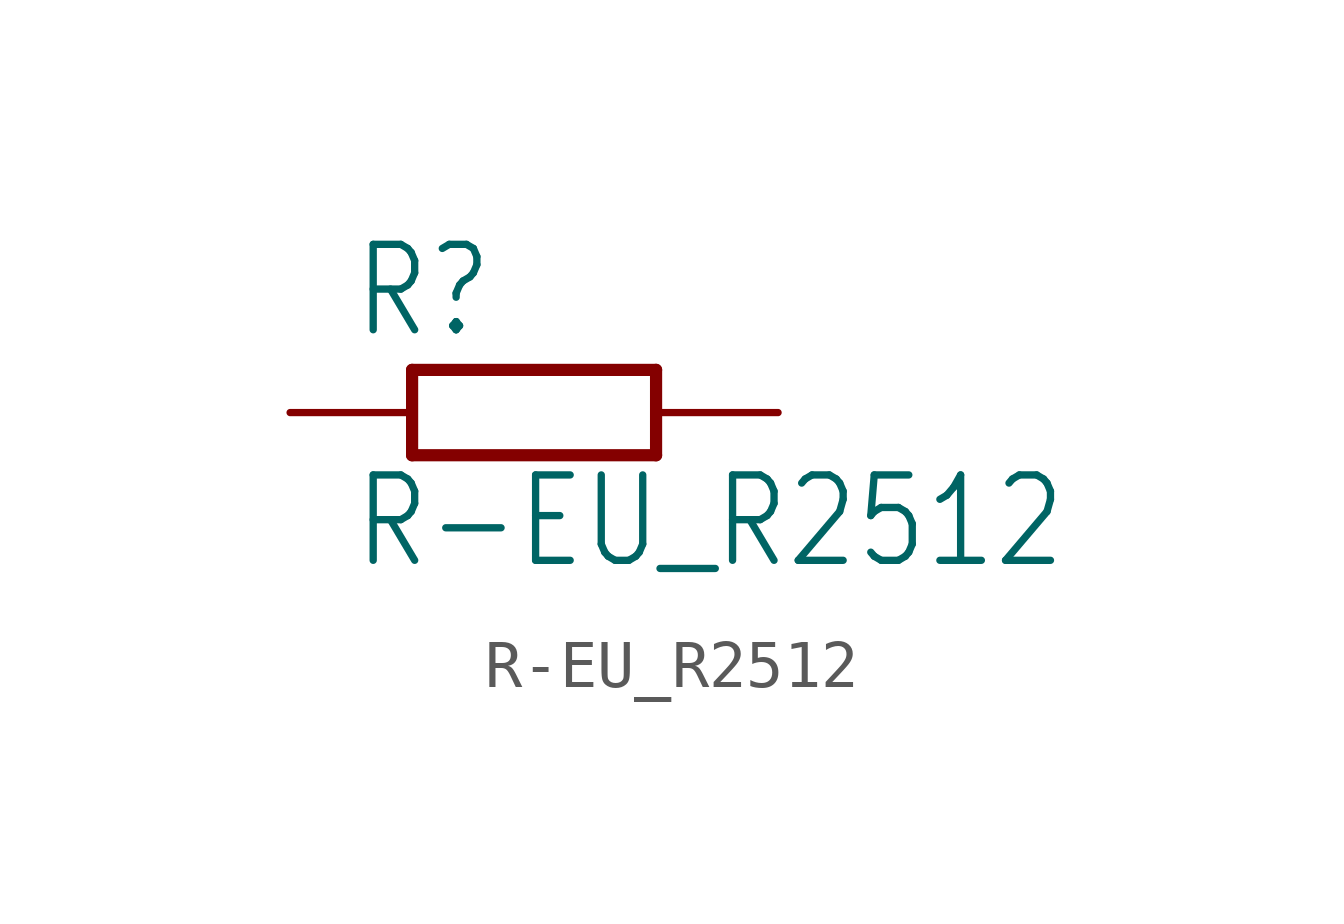
<source format=kicad_sym>
(kicad_symbol_lib
  (version 20211014)
  (generator kicad_symbol_editor)
  (symbol "R-EU_R2512"
    (property "Reference" "R"
      (at -3.81 1.499 0)
      (effects (font (size 1.778 1.511)) (justify left bottom)))
    (property "Value" "R-EU_R2512"
      (at -3.81 -3.302 0)
      (effects (font (size 1.778 1.511)) (justify left bottom)))
    (property "ki_locked" ""
      (at 0 0 0)
      (effects (font (size 1.27 1.27))))
    (symbol "R-EU_R2512_1_0"
      (polyline (pts (xy -2.54 -0.889) (xy -2.54 0.889)) (stroke (width 0.254) (type default) (color 0 0 0 0)) (fill (type none)))
      (polyline (pts (xy -2.54 -0.889) (xy 2.54 -0.889)) (stroke (width 0.254) (type default) (color 0 0 0 0)) (fill (type none)))
      (polyline (pts (xy 2.54 -0.889) (xy 2.54 0.889)) (stroke (width 0.254) (type default) (color 0 0 0 0)) (fill (type none)))
      (polyline (pts (xy 2.54 0.889) (xy -2.54 0.889)) (stroke (width 0.254) (type default) (color 0 0 0 0)) (fill (type none)))
      (pin passive line (at -5.08 0 0) (length 2.54) (name "1" (effects (font (size 0 0)))) (number "1" (effects (font (size 0 0)))))
      (pin passive line (at 5.08 0 180) (length 2.54) (name "2" (effects (font (size 0 0)))) (number "2" (effects (font (size 0 0))))))))
</source>
